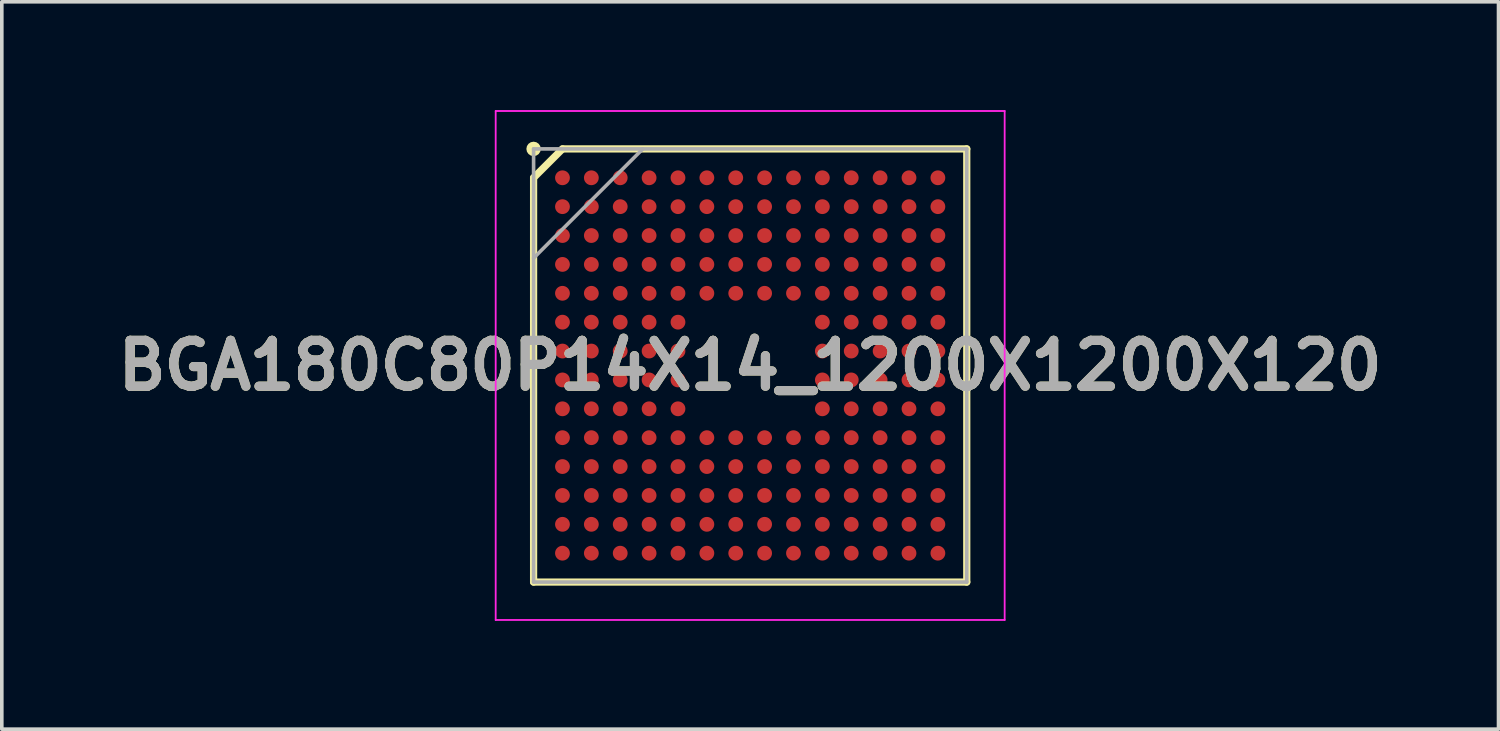
<source format=kicad_pcb>
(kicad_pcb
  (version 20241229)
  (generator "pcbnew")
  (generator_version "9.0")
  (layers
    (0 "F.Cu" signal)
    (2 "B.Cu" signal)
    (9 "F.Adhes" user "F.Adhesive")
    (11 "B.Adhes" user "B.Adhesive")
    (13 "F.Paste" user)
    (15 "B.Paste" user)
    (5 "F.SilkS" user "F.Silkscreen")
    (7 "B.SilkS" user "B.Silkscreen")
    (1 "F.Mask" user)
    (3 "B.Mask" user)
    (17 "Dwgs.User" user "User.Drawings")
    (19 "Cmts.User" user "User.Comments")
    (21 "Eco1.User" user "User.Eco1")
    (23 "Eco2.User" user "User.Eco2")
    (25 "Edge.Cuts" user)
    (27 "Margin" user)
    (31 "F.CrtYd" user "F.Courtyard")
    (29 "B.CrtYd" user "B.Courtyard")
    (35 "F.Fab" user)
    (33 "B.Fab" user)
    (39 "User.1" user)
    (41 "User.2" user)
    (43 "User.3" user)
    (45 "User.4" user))
  (footprint "BGA180C80P14X14_1200X1200X120"
    (layer "F.Cu")
    (at 17.732 7.075)
    (property "Reference" "BGA180C80P14X14_1200X1200X120" (at 0 0 0) (layer "F.SilkS") (effects (font (size 1.27 1.27) (thickness 0.254))))
    (attr smd)
    (fp_line (start -6 -5.2) (end -5.2 -6) (stroke (width 0.2) (type solid)) (layer "F.SilkS"))
    (fp_line (start -6 6) (end -6 -5.2) (stroke (width 0.2) (type solid)) (layer "F.SilkS"))
    (fp_line (start -5.2 -6) (end 6 -6) (stroke (width 0.2) (type solid)) (layer "F.SilkS"))
    (fp_line (start 6 -6) (end 6 6) (stroke (width 0.2) (type solid)) (layer "F.SilkS"))
    (fp_line (start 6 6) (end -6 6) (stroke (width 0.2) (type solid)) (layer "F.SilkS"))
    (fp_circle (center -6 -6) (end -6 -5.9) (stroke (width 0.2) (type solid)) (fill no) (layer "F.SilkS"))
    (fp_line (start -7.05 -7.05) (end 7.05 -7.05) (stroke (width 0.05) (type solid)) (layer "F.CrtYd"))
    (fp_line (start -7.05 7.05) (end -7.05 -7.05) (stroke (width 0.05) (type solid)) (layer "F.CrtYd"))
    (fp_line (start 7.05 -7.05) (end 7.05 7.05) (stroke (width 0.05) (type solid)) (layer "F.CrtYd"))
    (fp_line (start 7.05 7.05) (end -7.05 7.05) (stroke (width 0.05) (type solid)) (layer "F.CrtYd"))
    (fp_line (start -6 -6) (end 6 -6) (stroke (width 0.1) (type solid)) (layer "F.Fab"))
    (fp_line (start -6 -2.975) (end -2.975 -6) (stroke (width 0.1) (type solid)) (layer "F.Fab"))
    (fp_line (start -6 6) (end -6 -6) (stroke (width 0.1) (type solid)) (layer "F.Fab"))
    (fp_line (start 6 -6) (end 6 6) (stroke (width 0.1) (type solid)) (layer "F.Fab"))
    (fp_line (start 6 6) (end -6 6) (stroke (width 0.1) (type solid)) (layer "F.Fab"))
    (fp_text user "${REFERENCE}" (at 0 0 0) (layer "F.Fab") (effects (font (size 1.27 1.27) (thickness 0.254))))
    (pad "A1" smd circle (at -5.2 -5.2 90) (size 0.41 0.41) (layers "F.Cu" "F.Mask" "F.Paste"))
    (pad "A2" smd circle (at -4.4 -5.2 90) (size 0.41 0.41) (layers "F.Cu" "F.Mask" "F.Paste"))
    (pad "A3" smd circle (at -3.6 -5.2 90) (size 0.41 0.41) (layers "F.Cu" "F.Mask" "F.Paste"))
    (pad "A4" smd circle (at -2.8 -5.2 90) (size 0.41 0.41) (layers "F.Cu" "F.Mask" "F.Paste"))
    (pad "A5" smd circle (at -2 -5.2 90) (size 0.41 0.41) (layers "F.Cu" "F.Mask" "F.Paste"))
    (pad "A6" smd circle (at -1.2 -5.2 90) (size 0.41 0.41) (layers "F.Cu" "F.Mask" "F.Paste"))
    (pad "A7" smd circle (at -0.4 -5.2 90) (size 0.41 0.41) (layers "F.Cu" "F.Mask" "F.Paste"))
    (pad "A8" smd circle (at 0.4 -5.2 90) (size 0.41 0.41) (layers "F.Cu" "F.Mask" "F.Paste"))
    (pad "A9" smd circle (at 1.2 -5.2 90) (size 0.41 0.41) (layers "F.Cu" "F.Mask" "F.Paste"))
    (pad "A10" smd circle (at 2 -5.2 90) (size 0.41 0.41) (layers "F.Cu" "F.Mask" "F.Paste"))
    (pad "A11" smd circle (at 2.8 -5.2 90) (size 0.41 0.41) (layers "F.Cu" "F.Mask" "F.Paste"))
    (pad "A12" smd circle (at 3.6 -5.2 90) (size 0.41 0.41) (layers "F.Cu" "F.Mask" "F.Paste"))
    (pad "A13" smd circle (at 4.4 -5.2 90) (size 0.41 0.41) (layers "F.Cu" "F.Mask" "F.Paste"))
    (pad "A14" smd circle (at 5.2 -5.2 90) (size 0.41 0.41) (layers "F.Cu" "F.Mask" "F.Paste"))
    (pad "B1" smd circle (at -5.2 -4.4 90) (size 0.41 0.41) (layers "F.Cu" "F.Mask" "F.Paste"))
    (pad "B2" smd circle (at -4.4 -4.4 90) (size 0.41 0.41) (layers "F.Cu" "F.Mask" "F.Paste"))
    (pad "B3" smd circle (at -3.6 -4.4 90) (size 0.41 0.41) (layers "F.Cu" "F.Mask" "F.Paste"))
    (pad "B4" smd circle (at -2.8 -4.4 90) (size 0.41 0.41) (layers "F.Cu" "F.Mask" "F.Paste"))
    (pad "B5" smd circle (at -2 -4.4 90) (size 0.41 0.41) (layers "F.Cu" "F.Mask" "F.Paste"))
    (pad "B6" smd circle (at -1.2 -4.4 90) (size 0.41 0.41) (layers "F.Cu" "F.Mask" "F.Paste"))
    (pad "B7" smd circle (at -0.4 -4.4 90) (size 0.41 0.41) (layers "F.Cu" "F.Mask" "F.Paste"))
    (pad "B8" smd circle (at 0.4 -4.4 90) (size 0.41 0.41) (layers "F.Cu" "F.Mask" "F.Paste"))
    (pad "B9" smd circle (at 1.2 -4.4 90) (size 0.41 0.41) (layers "F.Cu" "F.Mask" "F.Paste"))
    (pad "B10" smd circle (at 2 -4.4 90) (size 0.41 0.41) (layers "F.Cu" "F.Mask" "F.Paste"))
    (pad "B11" smd circle (at 2.8 -4.4 90) (size 0.41 0.41) (layers "F.Cu" "F.Mask" "F.Paste"))
    (pad "B12" smd circle (at 3.6 -4.4 90) (size 0.41 0.41) (layers "F.Cu" "F.Mask" "F.Paste"))
    (pad "B13" smd circle (at 4.4 -4.4 90) (size 0.41 0.41) (layers "F.Cu" "F.Mask" "F.Paste"))
    (pad "B14" smd circle (at 5.2 -4.4 90) (size 0.41 0.41) (layers "F.Cu" "F.Mask" "F.Paste"))
    (pad "C1" smd circle (at -5.2 -3.6 90) (size 0.41 0.41) (layers "F.Cu" "F.Mask" "F.Paste"))
    (pad "C2" smd circle (at -4.4 -3.6 90) (size 0.41 0.41) (layers "F.Cu" "F.Mask" "F.Paste"))
    (pad "C3" smd circle (at -3.6 -3.6 90) (size 0.41 0.41) (layers "F.Cu" "F.Mask" "F.Paste"))
    (pad "C4" smd circle (at -2.8 -3.6 90) (size 0.41 0.41) (layers "F.Cu" "F.Mask" "F.Paste"))
    (pad "C5" smd circle (at -2 -3.6 90) (size 0.41 0.41) (layers "F.Cu" "F.Mask" "F.Paste"))
    (pad "C6" smd circle (at -1.2 -3.6 90) (size 0.41 0.41) (layers "F.Cu" "F.Mask" "F.Paste"))
    (pad "C7" smd circle (at -0.4 -3.6 90) (size 0.41 0.41) (layers "F.Cu" "F.Mask" "F.Paste"))
    (pad "C8" smd circle (at 0.4 -3.6 90) (size 0.41 0.41) (layers "F.Cu" "F.Mask" "F.Paste"))
    (pad "C9" smd circle (at 1.2 -3.6 90) (size 0.41 0.41) (layers "F.Cu" "F.Mask" "F.Paste"))
    (pad "C10" smd circle (at 2 -3.6 90) (size 0.41 0.41) (layers "F.Cu" "F.Mask" "F.Paste"))
    (pad "C11" smd circle (at 2.8 -3.6 90) (size 0.41 0.41) (layers "F.Cu" "F.Mask" "F.Paste"))
    (pad "C12" smd circle (at 3.6 -3.6 90) (size 0.41 0.41) (layers "F.Cu" "F.Mask" "F.Paste"))
    (pad "C13" smd circle (at 4.4 -3.6 90) (size 0.41 0.41) (layers "F.Cu" "F.Mask" "F.Paste"))
    (pad "C14" smd circle (at 5.2 -3.6 90) (size 0.41 0.41) (layers "F.Cu" "F.Mask" "F.Paste"))
    (pad "D1" smd circle (at -5.2 -2.8 90) (size 0.41 0.41) (layers "F.Cu" "F.Mask" "F.Paste"))
    (pad "D2" smd circle (at -4.4 -2.8 90) (size 0.41 0.41) (layers "F.Cu" "F.Mask" "F.Paste"))
    (pad "D3" smd circle (at -3.6 -2.8 90) (size 0.41 0.41) (layers "F.Cu" "F.Mask" "F.Paste"))
    (pad "D4" smd circle (at -2.8 -2.8 90) (size 0.41 0.41) (layers "F.Cu" "F.Mask" "F.Paste"))
    (pad "D5" smd circle (at -2 -2.8 90) (size 0.41 0.41) (layers "F.Cu" "F.Mask" "F.Paste"))
    (pad "D6" smd circle (at -1.2 -2.8 90) (size 0.41 0.41) (layers "F.Cu" "F.Mask" "F.Paste"))
    (pad "D7" smd circle (at -0.4 -2.8 90) (size 0.41 0.41) (layers "F.Cu" "F.Mask" "F.Paste"))
    (pad "D8" smd circle (at 0.4 -2.8 90) (size 0.41 0.41) (layers "F.Cu" "F.Mask" "F.Paste"))
    (pad "D9" smd circle (at 1.2 -2.8 90) (size 0.41 0.41) (layers "F.Cu" "F.Mask" "F.Paste"))
    (pad "D10" smd circle (at 2 -2.8 90) (size 0.41 0.41) (layers "F.Cu" "F.Mask" "F.Paste"))
    (pad "D11" smd circle (at 2.8 -2.8 90) (size 0.41 0.41) (layers "F.Cu" "F.Mask" "F.Paste"))
    (pad "D12" smd circle (at 3.6 -2.8 90) (size 0.41 0.41) (layers "F.Cu" "F.Mask" "F.Paste"))
    (pad "D13" smd circle (at 4.4 -2.8 90) (size 0.41 0.41) (layers "F.Cu" "F.Mask" "F.Paste"))
    (pad "D14" smd circle (at 5.2 -2.8 90) (size 0.41 0.41) (layers "F.Cu" "F.Mask" "F.Paste"))
    (pad "E1" smd circle (at -5.2 -2 90) (size 0.41 0.41) (layers "F.Cu" "F.Mask" "F.Paste"))
    (pad "E2" smd circle (at -4.4 -2 90) (size 0.41 0.41) (layers "F.Cu" "F.Mask" "F.Paste"))
    (pad "E3" smd circle (at -3.6 -2 90) (size 0.41 0.41) (layers "F.Cu" "F.Mask" "F.Paste"))
    (pad "E4" smd circle (at -2.8 -2 90) (size 0.41 0.41) (layers "F.Cu" "F.Mask" "F.Paste"))
    (pad "E5" smd circle (at -2 -2 90) (size 0.41 0.41) (layers "F.Cu" "F.Mask" "F.Paste"))
    (pad "E6" smd circle (at -1.2 -2 90) (size 0.41 0.41) (layers "F.Cu" "F.Mask" "F.Paste"))
    (pad "E7" smd circle (at -0.4 -2 90) (size 0.41 0.41) (layers "F.Cu" "F.Mask" "F.Paste"))
    (pad "E8" smd circle (at 0.4 -2 90) (size 0.41 0.41) (layers "F.Cu" "F.Mask" "F.Paste"))
    (pad "E9" smd circle (at 1.2 -2 90) (size 0.41 0.41) (layers "F.Cu" "F.Mask" "F.Paste"))
    (pad "E10" smd circle (at 2 -2 90) (size 0.41 0.41) (layers "F.Cu" "F.Mask" "F.Paste"))
    (pad "E11" smd circle (at 2.8 -2 90) (size 0.41 0.41) (layers "F.Cu" "F.Mask" "F.Paste"))
    (pad "E12" smd circle (at 3.6 -2 90) (size 0.41 0.41) (layers "F.Cu" "F.Mask" "F.Paste"))
    (pad "E13" smd circle (at 4.4 -2 90) (size 0.41 0.41) (layers "F.Cu" "F.Mask" "F.Paste"))
    (pad "E14" smd circle (at 5.2 -2 90) (size 0.41 0.41) (layers "F.Cu" "F.Mask" "F.Paste"))
    (pad "F1" smd circle (at -5.2 -1.2 90) (size 0.41 0.41) (layers "F.Cu" "F.Mask" "F.Paste"))
    (pad "F2" smd circle (at -4.4 -1.2 90) (size 0.41 0.41) (layers "F.Cu" "F.Mask" "F.Paste"))
    (pad "F3" smd circle (at -3.6 -1.2 90) (size 0.41 0.41) (layers "F.Cu" "F.Mask" "F.Paste"))
    (pad "F4" smd circle (at -2.8 -1.2 90) (size 0.41 0.41) (layers "F.Cu" "F.Mask" "F.Paste"))
    (pad "F5" smd circle (at -2 -1.2 90) (size 0.41 0.41) (layers "F.Cu" "F.Mask" "F.Paste"))
    (pad "F10" smd circle (at 2 -1.2 90) (size 0.41 0.41) (layers "F.Cu" "F.Mask" "F.Paste"))
    (pad "F11" smd circle (at 2.8 -1.2 90) (size 0.41 0.41) (layers "F.Cu" "F.Mask" "F.Paste"))
    (pad "F12" smd circle (at 3.6 -1.2 90) (size 0.41 0.41) (layers "F.Cu" "F.Mask" "F.Paste"))
    (pad "F13" smd circle (at 4.4 -1.2 90) (size 0.41 0.41) (layers "F.Cu" "F.Mask" "F.Paste"))
    (pad "F14" smd circle (at 5.2 -1.2 90) (size 0.41 0.41) (layers "F.Cu" "F.Mask" "F.Paste"))
    (pad "G1" smd circle (at -5.2 -0.4 90) (size 0.41 0.41) (layers "F.Cu" "F.Mask" "F.Paste"))
    (pad "G2" smd circle (at -4.4 -0.4 90) (size 0.41 0.41) (layers "F.Cu" "F.Mask" "F.Paste"))
    (pad "G3" smd circle (at -3.6 -0.4 90) (size 0.41 0.41) (layers "F.Cu" "F.Mask" "F.Paste"))
    (pad "G4" smd circle (at -2.8 -0.4 90) (size 0.41 0.41) (layers "F.Cu" "F.Mask" "F.Paste"))
    (pad "G5" smd circle (at -2 -0.4 90) (size 0.41 0.41) (layers "F.Cu" "F.Mask" "F.Paste"))
    (pad "G10" smd circle (at 2 -0.4 90) (size 0.41 0.41) (layers "F.Cu" "F.Mask" "F.Paste"))
    (pad "G11" smd circle (at 2.8 -0.4 90) (size 0.41 0.41) (layers "F.Cu" "F.Mask" "F.Paste"))
    (pad "G12" smd circle (at 3.6 -0.4 90) (size 0.41 0.41) (layers "F.Cu" "F.Mask" "F.Paste"))
    (pad "G13" smd circle (at 4.4 -0.4 90) (size 0.41 0.41) (layers "F.Cu" "F.Mask" "F.Paste"))
    (pad "G14" smd circle (at 5.2 -0.4 90) (size 0.41 0.41) (layers "F.Cu" "F.Mask" "F.Paste"))
    (pad "H1" smd circle (at -5.2 0.4 90) (size 0.41 0.41) (layers "F.Cu" "F.Mask" "F.Paste"))
    (pad "H2" smd circle (at -4.4 0.4 90) (size 0.41 0.41) (layers "F.Cu" "F.Mask" "F.Paste"))
    (pad "H3" smd circle (at -3.6 0.4 90) (size 0.41 0.41) (layers "F.Cu" "F.Mask" "F.Paste"))
    (pad "H4" smd circle (at -2.8 0.4 90) (size 0.41 0.41) (layers "F.Cu" "F.Mask" "F.Paste"))
    (pad "H5" smd circle (at -2 0.4 90) (size 0.41 0.41) (layers "F.Cu" "F.Mask" "F.Paste"))
    (pad "H10" smd circle (at 2 0.4 90) (size 0.41 0.41) (layers "F.Cu" "F.Mask" "F.Paste"))
    (pad "H11" smd circle (at 2.8 0.4 90) (size 0.41 0.41) (layers "F.Cu" "F.Mask" "F.Paste"))
    (pad "H12" smd circle (at 3.6 0.4 90) (size 0.41 0.41) (layers "F.Cu" "F.Mask" "F.Paste"))
    (pad "H13" smd circle (at 4.4 0.4 90) (size 0.41 0.41) (layers "F.Cu" "F.Mask" "F.Paste"))
    (pad "H14" smd circle (at 5.2 0.4 90) (size 0.41 0.41) (layers "F.Cu" "F.Mask" "F.Paste"))
    (pad "J1" smd circle (at -5.2 1.2 90) (size 0.41 0.41) (layers "F.Cu" "F.Mask" "F.Paste"))
    (pad "J2" smd circle (at -4.4 1.2 90) (size 0.41 0.41) (layers "F.Cu" "F.Mask" "F.Paste"))
    (pad "J3" smd circle (at -3.6 1.2 90) (size 0.41 0.41) (layers "F.Cu" "F.Mask" "F.Paste"))
    (pad "J4" smd circle (at -2.8 1.2 90) (size 0.41 0.41) (layers "F.Cu" "F.Mask" "F.Paste"))
    (pad "J5" smd circle (at -2 1.2 90) (size 0.41 0.41) (layers "F.Cu" "F.Mask" "F.Paste"))
    (pad "J10" smd circle (at 2 1.2 90) (size 0.41 0.41) (layers "F.Cu" "F.Mask" "F.Paste"))
    (pad "J11" smd circle (at 2.8 1.2 90) (size 0.41 0.41) (layers "F.Cu" "F.Mask" "F.Paste"))
    (pad "J12" smd circle (at 3.6 1.2 90) (size 0.41 0.41) (layers "F.Cu" "F.Mask" "F.Paste"))
    (pad "J13" smd circle (at 4.4 1.2 90) (size 0.41 0.41) (layers "F.Cu" "F.Mask" "F.Paste"))
    (pad "J14" smd circle (at 5.2 1.2 90) (size 0.41 0.41) (layers "F.Cu" "F.Mask" "F.Paste"))
    (pad "K1" smd circle (at -5.2 2 90) (size 0.41 0.41) (layers "F.Cu" "F.Mask" "F.Paste"))
    (pad "K2" smd circle (at -4.4 2 90) (size 0.41 0.41) (layers "F.Cu" "F.Mask" "F.Paste"))
    (pad "K3" smd circle (at -3.6 2 90) (size 0.41 0.41) (layers "F.Cu" "F.Mask" "F.Paste"))
    (pad "K4" smd circle (at -2.8 2 90) (size 0.41 0.41) (layers "F.Cu" "F.Mask" "F.Paste"))
    (pad "K5" smd circle (at -2 2 90) (size 0.41 0.41) (layers "F.Cu" "F.Mask" "F.Paste"))
    (pad "K6" smd circle (at -1.2 2 90) (size 0.41 0.41) (layers "F.Cu" "F.Mask" "F.Paste"))
    (pad "K7" smd circle (at -0.4 2 90) (size 0.41 0.41) (layers "F.Cu" "F.Mask" "F.Paste"))
    (pad "K8" smd circle (at 0.4 2 90) (size 0.41 0.41) (layers "F.Cu" "F.Mask" "F.Paste"))
    (pad "K9" smd circle (at 1.2 2 90) (size 0.41 0.41) (layers "F.Cu" "F.Mask" "F.Paste"))
    (pad "K10" smd circle (at 2 2 90) (size 0.41 0.41) (layers "F.Cu" "F.Mask" "F.Paste"))
    (pad "K11" smd circle (at 2.8 2 90) (size 0.41 0.41) (layers "F.Cu" "F.Mask" "F.Paste"))
    (pad "K12" smd circle (at 3.6 2 90) (size 0.41 0.41) (layers "F.Cu" "F.Mask" "F.Paste"))
    (pad "K13" smd circle (at 4.4 2 90) (size 0.41 0.41) (layers "F.Cu" "F.Mask" "F.Paste"))
    (pad "K14" smd circle (at 5.2 2 90) (size 0.41 0.41) (layers "F.Cu" "F.Mask" "F.Paste"))
    (pad "L1" smd circle (at -5.2 2.8 90) (size 0.41 0.41) (layers "F.Cu" "F.Mask" "F.Paste"))
    (pad "L2" smd circle (at -4.4 2.8 90) (size 0.41 0.41) (layers "F.Cu" "F.Mask" "F.Paste"))
    (pad "L3" smd circle (at -3.6 2.8 90) (size 0.41 0.41) (layers "F.Cu" "F.Mask" "F.Paste"))
    (pad "L4" smd circle (at -2.8 2.8 90) (size 0.41 0.41) (layers "F.Cu" "F.Mask" "F.Paste"))
    (pad "L5" smd circle (at -2 2.8 90) (size 0.41 0.41) (layers "F.Cu" "F.Mask" "F.Paste"))
    (pad "L6" smd circle (at -1.2 2.8 90) (size 0.41 0.41) (layers "F.Cu" "F.Mask" "F.Paste"))
    (pad "L7" smd circle (at -0.4 2.8 90) (size 0.41 0.41) (layers "F.Cu" "F.Mask" "F.Paste"))
    (pad "L8" smd circle (at 0.4 2.8 90) (size 0.41 0.41) (layers "F.Cu" "F.Mask" "F.Paste"))
    (pad "L9" smd circle (at 1.2 2.8 90) (size 0.41 0.41) (layers "F.Cu" "F.Mask" "F.Paste"))
    (pad "L10" smd circle (at 2 2.8 90) (size 0.41 0.41) (layers "F.Cu" "F.Mask" "F.Paste"))
    (pad "L11" smd circle (at 2.8 2.8 90) (size 0.41 0.41) (layers "F.Cu" "F.Mask" "F.Paste"))
    (pad "L12" smd circle (at 3.6 2.8 90) (size 0.41 0.41) (layers "F.Cu" "F.Mask" "F.Paste"))
    (pad "L13" smd circle (at 4.4 2.8 90) (size 0.41 0.41) (layers "F.Cu" "F.Mask" "F.Paste"))
    (pad "L14" smd circle (at 5.2 2.8 90) (size 0.41 0.41) (layers "F.Cu" "F.Mask" "F.Paste"))
    (pad "M1" smd circle (at -5.2 3.6 90) (size 0.41 0.41) (layers "F.Cu" "F.Mask" "F.Paste"))
    (pad "M2" smd circle (at -4.4 3.6 90) (size 0.41 0.41) (layers "F.Cu" "F.Mask" "F.Paste"))
    (pad "M3" smd circle (at -3.6 3.6 90) (size 0.41 0.41) (layers "F.Cu" "F.Mask" "F.Paste"))
    (pad "M4" smd circle (at -2.8 3.6 90) (size 0.41 0.41) (layers "F.Cu" "F.Mask" "F.Paste"))
    (pad "M5" smd circle (at -2 3.6 90) (size 0.41 0.41) (layers "F.Cu" "F.Mask" "F.Paste"))
    (pad "M6" smd circle (at -1.2 3.6 90) (size 0.41 0.41) (layers "F.Cu" "F.Mask" "F.Paste"))
    (pad "M7" smd circle (at -0.4 3.6 90) (size 0.41 0.41) (layers "F.Cu" "F.Mask" "F.Paste"))
    (pad "M8" smd circle (at 0.4 3.6 90) (size 0.41 0.41) (layers "F.Cu" "F.Mask" "F.Paste"))
    (pad "M9" smd circle (at 1.2 3.6 90) (size 0.41 0.41) (layers "F.Cu" "F.Mask" "F.Paste"))
    (pad "M10" smd circle (at 2 3.6 90) (size 0.41 0.41) (layers "F.Cu" "F.Mask" "F.Paste"))
    (pad "M11" smd circle (at 2.8 3.6 90) (size 0.41 0.41) (layers "F.Cu" "F.Mask" "F.Paste"))
    (pad "M12" smd circle (at 3.6 3.6 90) (size 0.41 0.41) (layers "F.Cu" "F.Mask" "F.Paste"))
    (pad "M13" smd circle (at 4.4 3.6 90) (size 0.41 0.41) (layers "F.Cu" "F.Mask" "F.Paste"))
    (pad "M14" smd circle (at 5.2 3.6 90) (size 0.41 0.41) (layers "F.Cu" "F.Mask" "F.Paste"))
    (pad "N1" smd circle (at -5.2 4.4 90) (size 0.41 0.41) (layers "F.Cu" "F.Mask" "F.Paste"))
    (pad "N2" smd circle (at -4.4 4.4 90) (size 0.41 0.41) (layers "F.Cu" "F.Mask" "F.Paste"))
    (pad "N3" smd circle (at -3.6 4.4 90) (size 0.41 0.41) (layers "F.Cu" "F.Mask" "F.Paste"))
    (pad "N4" smd circle (at -2.8 4.4 90) (size 0.41 0.41) (layers "F.Cu" "F.Mask" "F.Paste"))
    (pad "N5" smd circle (at -2 4.4 90) (size 0.41 0.41) (layers "F.Cu" "F.Mask" "F.Paste"))
    (pad "N6" smd circle (at -1.2 4.4 90) (size 0.41 0.41) (layers "F.Cu" "F.Mask" "F.Paste"))
    (pad "N7" smd circle (at -0.4 4.4 90) (size 0.41 0.41) (layers "F.Cu" "F.Mask" "F.Paste"))
    (pad "N8" smd circle (at 0.4 4.4 90) (size 0.41 0.41) (layers "F.Cu" "F.Mask" "F.Paste"))
    (pad "N9" smd circle (at 1.2 4.4 90) (size 0.41 0.41) (layers "F.Cu" "F.Mask" "F.Paste"))
    (pad "N10" smd circle (at 2 4.4 90) (size 0.41 0.41) (layers "F.Cu" "F.Mask" "F.Paste"))
    (pad "N11" smd circle (at 2.8 4.4 90) (size 0.41 0.41) (layers "F.Cu" "F.Mask" "F.Paste"))
    (pad "N12" smd circle (at 3.6 4.4 90) (size 0.41 0.41) (layers "F.Cu" "F.Mask" "F.Paste"))
    (pad "N13" smd circle (at 4.4 4.4 90) (size 0.41 0.41) (layers "F.Cu" "F.Mask" "F.Paste"))
    (pad "N14" smd circle (at 5.2 4.4 90) (size 0.41 0.41) (layers "F.Cu" "F.Mask" "F.Paste"))
    (pad "P1" smd circle (at -5.2 5.2 90) (size 0.41 0.41) (layers "F.Cu" "F.Mask" "F.Paste"))
    (pad "P2" smd circle (at -4.4 5.2 90) (size 0.41 0.41) (layers "F.Cu" "F.Mask" "F.Paste"))
    (pad "P3" smd circle (at -3.6 5.2 90) (size 0.41 0.41) (layers "F.Cu" "F.Mask" "F.Paste"))
    (pad "P4" smd circle (at -2.8 5.2 90) (size 0.41 0.41) (layers "F.Cu" "F.Mask" "F.Paste"))
    (pad "P5" smd circle (at -2 5.2 90) (size 0.41 0.41) (layers "F.Cu" "F.Mask" "F.Paste"))
    (pad "P6" smd circle (at -1.2 5.2 90) (size 0.41 0.41) (layers "F.Cu" "F.Mask" "F.Paste"))
    (pad "P7" smd circle (at -0.4 5.2 90) (size 0.41 0.41) (layers "F.Cu" "F.Mask" "F.Paste"))
    (pad "P8" smd circle (at 0.4 5.2 90) (size 0.41 0.41) (layers "F.Cu" "F.Mask" "F.Paste"))
    (pad "P9" smd circle (at 1.2 5.2 90) (size 0.41 0.41) (layers "F.Cu" "F.Mask" "F.Paste"))
    (pad "P10" smd circle (at 2 5.2 90) (size 0.41 0.41) (layers "F.Cu" "F.Mask" "F.Paste"))
    (pad "P11" smd circle (at 2.8 5.2 90) (size 0.41 0.41) (layers "F.Cu" "F.Mask" "F.Paste"))
    (pad "P12" smd circle (at 3.6 5.2 90) (size 0.41 0.41) (layers "F.Cu" "F.Mask" "F.Paste"))
    (pad "P13" smd circle (at 4.4 5.2 90) (size 0.41 0.41) (layers "F.Cu" "F.Mask" "F.Paste"))
    (pad "P14" smd circle (at 5.2 5.2 90) (size 0.41 0.41) (layers "F.Cu" "F.Mask" "F.Paste")))
  (gr_rect
    (start -3 -3)
    (end 38.463 17.15)
    (stroke (width 0.1) (type default))
    (fill no)
    (layer "Edge.Cuts")))
</source>
